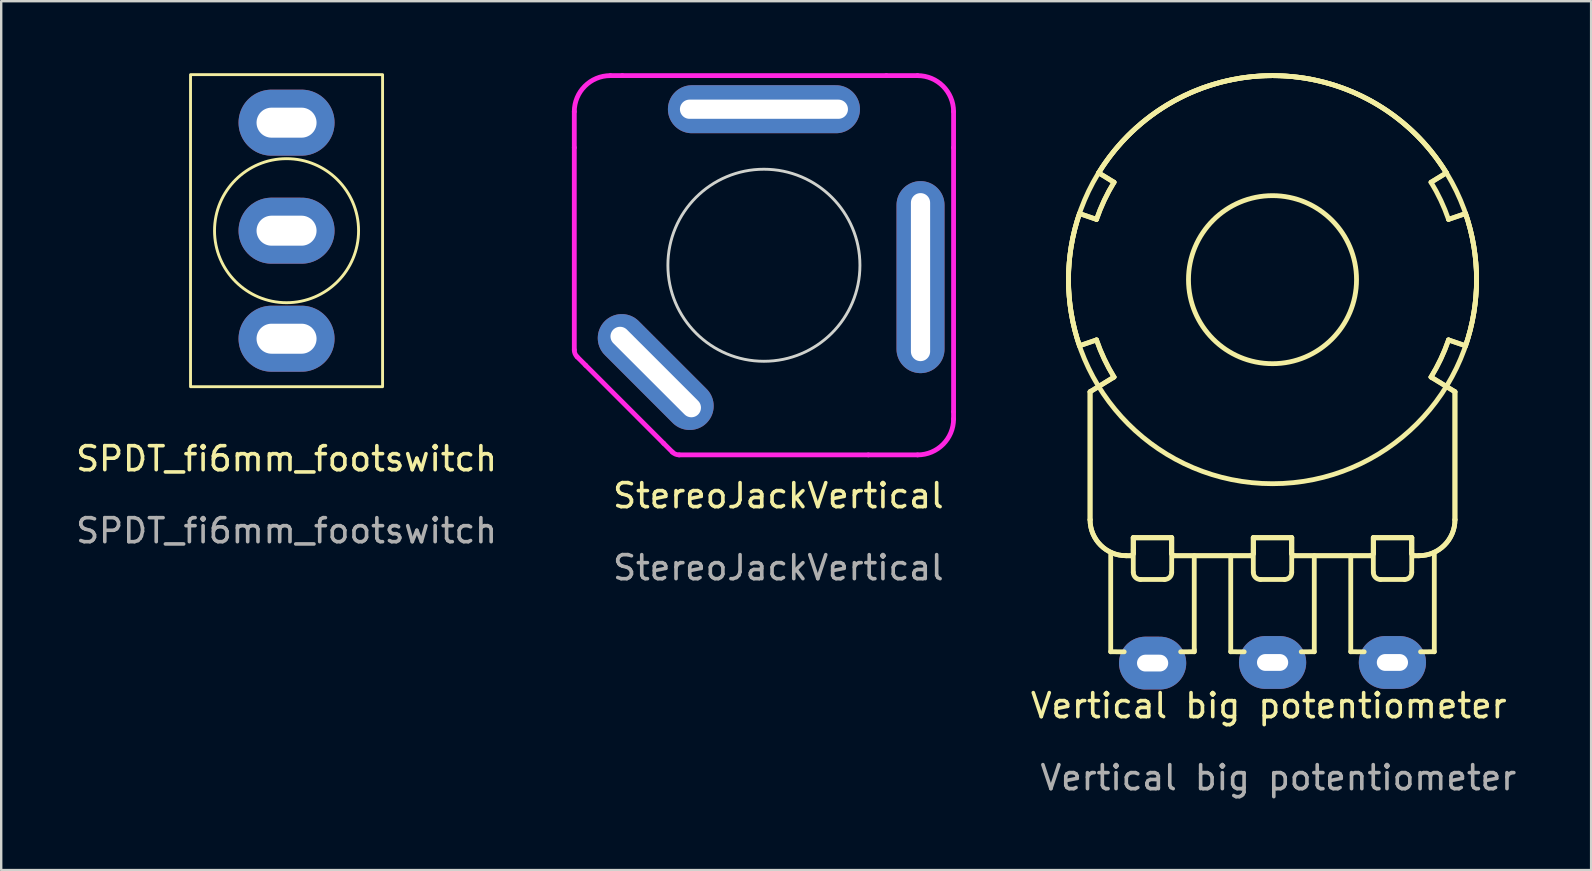
<source format=kicad_pcb>
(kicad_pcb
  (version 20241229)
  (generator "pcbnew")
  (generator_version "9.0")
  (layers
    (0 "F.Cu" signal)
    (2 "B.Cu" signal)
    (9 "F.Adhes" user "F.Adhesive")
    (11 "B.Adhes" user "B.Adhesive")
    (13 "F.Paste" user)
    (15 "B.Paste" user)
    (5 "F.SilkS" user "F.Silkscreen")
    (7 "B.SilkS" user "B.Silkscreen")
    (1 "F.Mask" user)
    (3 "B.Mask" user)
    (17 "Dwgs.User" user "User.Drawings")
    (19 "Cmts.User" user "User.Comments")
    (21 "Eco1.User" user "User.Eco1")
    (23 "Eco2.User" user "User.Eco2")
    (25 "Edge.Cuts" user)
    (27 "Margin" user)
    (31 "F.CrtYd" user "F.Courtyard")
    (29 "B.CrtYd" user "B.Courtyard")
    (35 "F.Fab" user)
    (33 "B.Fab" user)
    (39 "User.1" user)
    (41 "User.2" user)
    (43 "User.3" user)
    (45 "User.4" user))
  (footprint "Vertical big potentiometer"
    (layer "F.Cu")
    (at 50.204 26.848)
    (property "Reference" "Vertical big potentiometer" (at -0.4 -0.5 0) (unlocked yes) (layer "F.SilkS") (effects (font (size 1 1) (thickness 0.15))))
    (attr through_hole)
    (fp_line (start -8.285 -15.494) (end -7.576 -15.737) (stroke (width 0.2) (type solid)) (layer "F.SilkS"))
    (fp_line (start -8.285 -15.494) (end -7.576 -15.737) (stroke (width 0.2) (type solid)) (layer "F.SilkS"))
    (fp_line (start -7.844 -13.578) (end -7.844 -8.248) (stroke (width 0.2) (type solid)) (layer "F.SilkS"))
    (fp_line (start -7.844 -13.578) (end -7.844 -8.248) (stroke (width 0.2) (type solid)) (layer "F.SilkS"))
    (fp_line (start -7.576 -20.759) (end -8.285 -21.002) (stroke (width 0.2) (type solid)) (layer "F.SilkS"))
    (fp_line (start -7.576 -20.759) (end -8.285 -21.002) (stroke (width 0.2) (type solid)) (layer "F.SilkS"))
    (fp_line (start -7.486 -22.698) (end -6.847 -22.305) (stroke (width 0.2) (type solid)) (layer "F.SilkS"))
    (fp_line (start -7.486 -22.698) (end -6.847 -22.305) (stroke (width 0.2) (type solid)) (layer "F.SilkS"))
    (fp_line (start -6.984 -2.748) (end -6.984 -6.891) (stroke (width 0.2) (type solid)) (layer "F.SilkS"))
    (fp_line (start -6.984 -2.748) (end -6.422 -2.745) (stroke (width 0.2) (type solid)) (layer "F.SilkS"))
    (fp_line (start -6.847 -14.19) (end -7.844 -13.578) (stroke (width 0.2) (type solid)) (layer "F.SilkS"))
    (fp_line (start -6.847 -14.19) (end -7.844 -13.578) (stroke (width 0.2) (type solid)) (layer "F.SilkS"))
    (fp_line (start -6.344 -6.748) (end -6.144 -6.748) (stroke (width 0.2) (type solid)) (layer "F.SilkS"))
    (fp_line (start -6.344 -6.748) (end -6.144 -6.748) (stroke (width 0.2) (type solid)) (layer "F.SilkS"))
    (fp_line (start -6.044 -7.498) (end -4.444 -7.498) (stroke (width 0.2) (type solid)) (layer "F.SilkS"))
    (fp_line (start -6.044 -7.498) (end -4.444 -7.498) (stroke (width 0.2) (type solid)) (layer "F.SilkS"))
    (fp_line (start -6.044 -7.498) (end -4.444 -7.498) (stroke (width 0.2) (type solid)) (layer "F.SilkS"))
    (fp_line (start -6.044 -6.998) (end -6.044 -7.498) (stroke (width 0.2) (type solid)) (layer "F.SilkS"))
    (fp_line (start -6.044 -6.848) (end -6.044 -7.498) (stroke (width 0.2) (type solid)) (layer "F.SilkS"))
    (fp_line (start -6.044 -6.848) (end -6.044 -7.498) (stroke (width 0.2) (type solid)) (layer "F.SilkS"))
    (fp_line (start -6.044 -6.058) (end -6.044 -6.998) (stroke (width 0.2) (type solid)) (layer "F.SilkS"))
    (fp_line (start -4.744 -5.758) (end -5.744 -5.758) (stroke (width 0.2) (type solid)) (layer "F.SilkS"))
    (fp_line (start -4.444 -7.498) (end -4.444 -6.998) (stroke (width 0.2) (type solid)) (layer "F.SilkS"))
    (fp_line (start -4.444 -7.498) (end -4.444 -6.848) (stroke (width 0.2) (type solid)) (layer "F.SilkS"))
    (fp_line (start -4.444 -7.498) (end -4.444 -6.848) (stroke (width 0.2) (type solid)) (layer "F.SilkS"))
    (fp_line (start -4.444 -6.998) (end -4.444 -6.058) (stroke (width 0.2) (type solid)) (layer "F.SilkS"))
    (fp_line (start -4.344 -6.748) (end -1.144 -6.748) (stroke (width 0.2) (type solid)) (layer "F.SilkS"))
    (fp_line (start -4.344 -6.748) (end -1.144 -6.748) (stroke (width 0.2) (type solid)) (layer "F.SilkS"))
    (fp_line (start -3.504 -2.828) (end -3.504 -6.748) (stroke (width 0.2) (type solid)) (layer "F.SilkS"))
    (fp_line (start -3.504 -2.748) (end -4.069 -2.745) (stroke (width 0.2) (type solid)) (layer "F.SilkS"))
    (fp_line (start -3.504 -2.748) (end -3.504 -2.828) (stroke (width 0.2) (type solid)) (layer "F.SilkS"))
    (fp_line (start -1.984 -2.748) (end -1.984 -6.748) (stroke (width 0.2) (type solid)) (layer "F.SilkS"))
    (fp_line (start -1.984 -2.748) (end -1.423 -2.745) (stroke (width 0.2) (type solid)) (layer "F.SilkS"))
    (fp_line (start -1.044 -7.498) (end 0.556 -7.498) (stroke (width 0.2) (type solid)) (layer "F.SilkS"))
    (fp_line (start -1.044 -7.498) (end 0.556 -7.498) (stroke (width 0.2) (type solid)) (layer "F.SilkS"))
    (fp_line (start -1.044 -7.498) (end 0.556 -7.498) (stroke (width 0.2) (type solid)) (layer "F.SilkS"))
    (fp_line (start -1.044 -6.998) (end -1.044 -7.498) (stroke (width 0.2) (type solid)) (layer "F.SilkS"))
    (fp_line (start -1.044 -6.848) (end -1.044 -7.498) (stroke (width 0.2) (type solid)) (layer "F.SilkS"))
    (fp_line (start -1.044 -6.848) (end -1.044 -7.498) (stroke (width 0.2) (type solid)) (layer "F.SilkS"))
    (fp_line (start -1.044 -6.058) (end -1.044 -6.998) (stroke (width 0.2) (type solid)) (layer "F.SilkS"))
    (fp_line (start 0.256 -5.758) (end -0.744 -5.758) (stroke (width 0.2) (type solid)) (layer "F.SilkS"))
    (fp_line (start 0.556 -7.498) (end 0.556 -6.998) (stroke (width 0.2) (type solid)) (layer "F.SilkS"))
    (fp_line (start 0.556 -7.498) (end 0.556 -6.848) (stroke (width 0.2) (type solid)) (layer "F.SilkS"))
    (fp_line (start 0.556 -7.498) (end 0.556 -6.848) (stroke (width 0.2) (type solid)) (layer "F.SilkS"))
    (fp_line (start 0.556 -6.998) (end 0.556 -6.058) (stroke (width 0.2) (type solid)) (layer "F.SilkS"))
    (fp_line (start 0.656 -6.748) (end 3.856 -6.748) (stroke (width 0.2) (type solid)) (layer "F.SilkS"))
    (fp_line (start 0.656 -6.748) (end 3.856 -6.748) (stroke (width 0.2) (type solid)) (layer "F.SilkS"))
    (fp_line (start 1.496 -2.748) (end 0.953 -2.745) (stroke (width 0.2) (type solid)) (layer "F.SilkS"))
    (fp_line (start 1.496 -2.748) (end 1.496 -6.748) (stroke (width 0.2) (type solid)) (layer "F.SilkS"))
    (fp_line (start 3.016 -2.748) (end 3.016 -6.748) (stroke (width 0.2) (type solid)) (layer "F.SilkS"))
    (fp_line (start 3.016 -2.748) (end 3.576 -2.745) (stroke (width 0.2) (type solid)) (layer "F.SilkS"))
    (fp_line (start 3.956 -7.498) (end 5.556 -7.498) (stroke (width 0.2) (type solid)) (layer "F.SilkS"))
    (fp_line (start 3.956 -7.498) (end 5.556 -7.498) (stroke (width 0.2) (type solid)) (layer "F.SilkS"))
    (fp_line (start 3.956 -7.498) (end 5.556 -7.498) (stroke (width 0.2) (type solid)) (layer "F.SilkS"))
    (fp_line (start 3.956 -6.998) (end 3.956 -7.498) (stroke (width 0.2) (type solid)) (layer "F.SilkS"))
    (fp_line (start 3.956 -6.848) (end 3.956 -7.498) (stroke (width 0.2) (type solid)) (layer "F.SilkS"))
    (fp_line (start 3.956 -6.848) (end 3.956 -7.498) (stroke (width 0.2) (type solid)) (layer "F.SilkS"))
    (fp_line (start 3.956 -6.058) (end 3.956 -6.998) (stroke (width 0.2) (type solid)) (layer "F.SilkS"))
    (fp_line (start 5.256 -5.758) (end 4.256 -5.758) (stroke (width 0.2) (type solid)) (layer "F.SilkS"))
    (fp_line (start 5.556 -7.498) (end 5.556 -6.998) (stroke (width 0.2) (type solid)) (layer "F.SilkS"))
    (fp_line (start 5.556 -7.498) (end 5.556 -6.848) (stroke (width 0.2) (type solid)) (layer "F.SilkS"))
    (fp_line (start 5.556 -7.498) (end 5.556 -6.848) (stroke (width 0.2) (type solid)) (layer "F.SilkS"))
    (fp_line (start 5.556 -6.998) (end 5.556 -6.058) (stroke (width 0.2) (type solid)) (layer "F.SilkS"))
    (fp_line (start 5.656 -6.748) (end 5.856 -6.748) (stroke (width 0.2) (type solid)) (layer "F.SilkS"))
    (fp_line (start 5.656 -6.748) (end 5.856 -6.748) (stroke (width 0.2) (type solid)) (layer "F.SilkS"))
    (fp_line (start 6.36 -22.305) (end 6.999 -22.698) (stroke (width 0.2) (type solid)) (layer "F.SilkS"))
    (fp_line (start 6.36 -22.305) (end 6.999 -22.698) (stroke (width 0.2) (type solid)) (layer "F.SilkS"))
    (fp_line (start 6.496 -2.748) (end 5.924 -2.745) (stroke (width 0.2) (type solid)) (layer "F.SilkS"))
    (fp_line (start 6.496 -2.748) (end 6.496 -6.891) (stroke (width 0.2) (type solid)) (layer "F.SilkS"))
    (fp_line (start 7.088 -15.737) (end 7.798 -15.494) (stroke (width 0.2) (type solid)) (layer "F.SilkS"))
    (fp_line (start 7.088 -15.737) (end 7.798 -15.494) (stroke (width 0.2) (type solid)) (layer "F.SilkS"))
    (fp_line (start 7.356 -13.578) (end 6.36 -14.19) (stroke (width 0.2) (type solid)) (layer "F.SilkS"))
    (fp_line (start 7.356 -13.578) (end 6.36 -14.19) (stroke (width 0.2) (type solid)) (layer "F.SilkS"))
    (fp_line (start 7.356 -8.248) (end 7.356 -13.578) (stroke (width 0.2) (type solid)) (layer "F.SilkS"))
    (fp_line (start 7.356 -8.248) (end 7.356 -13.578) (stroke (width 0.2) (type solid)) (layer "F.SilkS"))
    (fp_line (start 7.798 -21.002) (end 7.088 -20.759) (stroke (width 0.2) (type solid)) (layer "F.SilkS"))
    (fp_line (start 7.798 -21.002) (end 7.088 -20.759) (stroke (width 0.2) (type solid)) (layer "F.SilkS"))
    (fp_arc (start -8.285048 -15.494) (mid -8.743518 -18.247868) (end -8.285048 -21.001736) (stroke (width 0.2) (type solid)) (layer "F.SilkS"))
    (fp_arc (start -8.285048 -15.494) (mid -8.743518 -18.247868) (end -8.285048 -21.001736) (stroke (width 0.2) (type solid)) (layer "F.SilkS"))
    (fp_arc (start -7.575501 -20.758748) (mid -7.253804 -21.552166) (end -6.846553 -22.305259) (stroke (width 0.2) (type solid)) (layer "F.SilkS"))
    (fp_arc (start -7.575501 -20.758748) (mid -7.253804 -21.552166) (end -6.846553 -22.305259) (stroke (width 0.2) (type solid)) (layer "F.SilkS"))
    (fp_arc (start -7.485556 -22.69791) (mid -0.243518 -26.747868) (end 6.998521 -22.69791) (stroke (width 0.2) (type solid)) (layer "F.SilkS"))
    (fp_arc (start -7.485556 -22.69791) (mid -0.243518 -26.747868) (end 6.998521 -22.69791) (stroke (width 0.2) (type solid)) (layer "F.SilkS"))
    (fp_arc (start -6.846553 -14.190476) (mid -7.253804 -14.943569) (end -7.575501 -15.736988) (stroke (width 0.2) (type solid)) (layer "F.SilkS"))
    (fp_arc (start -6.846553 -14.190476) (mid -7.253804 -14.943569) (end -7.575501 -15.736988) (stroke (width 0.2) (type solid)) (layer "F.SilkS"))
    (fp_arc (start -6.343518 -6.747868) (mid -7.404178 -7.187208) (end -7.843518 -8.247868) (stroke (width 0.2) (type solid)) (layer "F.SilkS"))
    (fp_arc (start -6.343518 -6.747868) (mid -7.404178 -7.187208) (end -7.843518 -8.247868) (stroke (width 0.2) (type solid)) (layer "F.SilkS"))
    (fp_arc (start -6.043518 -6.847868) (mid -6.072807 -6.777157) (end -6.143518 -6.747868) (stroke (width 0.2) (type solid)) (layer "F.SilkS"))
    (fp_arc (start -6.043518 -6.847868) (mid -6.072807 -6.777157) (end -6.143518 -6.747868) (stroke (width 0.2) (type solid)) (layer "F.SilkS"))
    (fp_arc (start -5.743518 -5.757868) (mid -5.95565 -5.845736) (end -6.043518 -6.057868) (stroke (width 0.2) (type solid)) (layer "F.SilkS"))
    (fp_arc (start -4.443518 -6.057868) (mid -4.531386 -5.845736) (end -4.743518 -5.757868) (stroke (width 0.2) (type solid)) (layer "F.SilkS"))
    (fp_arc (start -4.343518 -6.747868) (mid -4.414228 -6.777158) (end -4.443518 -6.847868) (stroke (width 0.2) (type solid)) (layer "F.SilkS"))
    (fp_arc (start -4.343518 -6.747868) (mid -4.414228 -6.777158) (end -4.443518 -6.847868) (stroke (width 0.2) (type solid)) (layer "F.SilkS"))
    (fp_arc (start -1.043518 -6.847868) (mid -1.072807 -6.777157) (end -1.143518 -6.747868) (stroke (width 0.2) (type solid)) (layer "F.SilkS"))
    (fp_arc (start -1.043518 -6.847868) (mid -1.072807 -6.777157) (end -1.143518 -6.747868) (stroke (width 0.2) (type solid)) (layer "F.SilkS"))
    (fp_arc (start -0.743518 -5.757868) (mid -0.95565 -5.845736) (end -1.043518 -6.057868) (stroke (width 0.2) (type solid)) (layer "F.SilkS"))
    (fp_arc (start 0.556482 -6.057868) (mid 0.468614 -5.845736) (end 0.256482 -5.757868) (stroke (width 0.2) (type solid)) (layer "F.SilkS"))
    (fp_arc (start 0.656482 -6.747868) (mid 0.585772 -6.777158) (end 0.556482 -6.847868) (stroke (width 0.2) (type solid)) (layer "F.SilkS"))
    (fp_arc (start 0.656482 -6.747868) (mid 0.585772 -6.777158) (end 0.556482 -6.847868) (stroke (width 0.2) (type solid)) (layer "F.SilkS"))
    (fp_arc (start 3.956482 -6.847868) (mid 3.927193 -6.777157) (end 3.856482 -6.747868) (stroke (width 0.2) (type solid)) (layer "F.SilkS"))
    (fp_arc (start 3.956482 -6.847868) (mid 3.927193 -6.777157) (end 3.856482 -6.747868) (stroke (width 0.2) (type solid)) (layer "F.SilkS"))
    (fp_arc (start 4.256482 -5.757868) (mid 4.04435 -5.845736) (end 3.956482 -6.057868) (stroke (width 0.2) (type solid)) (layer "F.SilkS"))
    (fp_arc (start 5.556482 -6.057868) (mid 5.468614 -5.845736) (end 5.256482 -5.757868) (stroke (width 0.2) (type solid)) (layer "F.SilkS"))
    (fp_arc (start 5.656482 -6.747868) (mid 5.585772 -6.777158) (end 5.556482 -6.847868) (stroke (width 0.2) (type solid)) (layer "F.SilkS"))
    (fp_arc (start 5.656482 -6.747868) (mid 5.585772 -6.777158) (end 5.556482 -6.847868) (stroke (width 0.2) (type solid)) (layer "F.SilkS"))
    (fp_arc (start 6.359518 -22.305259) (mid 6.766769 -21.552166) (end 7.088466 -20.758748) (stroke (width 0.2) (type solid)) (layer "F.SilkS"))
    (fp_arc (start 7.088466 -15.736988) (mid 6.766769 -14.943569) (end 6.359518 -14.190476) (stroke (width 0.2) (type solid)) (layer "F.SilkS"))
    (fp_arc (start 7.088466 -15.736988) (mid 6.766769 -14.943569) (end 6.359518 -14.190476) (stroke (width 0.2) (type solid)) (layer "F.SilkS"))
    (fp_arc (start 7.356482 -8.247868) (mid 6.917142 -7.187208) (end 5.856482 -6.747868) (stroke (width 0.2) (type solid)) (layer "F.SilkS"))
    (fp_arc (start 7.356482 -8.247868) (mid 6.917142 -7.187208) (end 5.856482 -6.747868) (stroke (width 0.2) (type solid)) (layer "F.SilkS"))
    (fp_arc (start 7.798013 -21.001736) (mid 8.256482 -18.247868) (end 7.798013 -15.494) (stroke (width 0.2) (type solid)) (layer "F.SilkS"))
    (fp_arc (start 7.798013 -21.001736) (mid 8.256482 -18.247868) (end 7.798013 -15.494) (stroke (width 0.2) (type solid)) (layer "F.SilkS"))
    (fp_circle (center -0.244 -18.248) (end -8.744 -18.248) (stroke (width 0.2) (type solid)) (fill no) (layer "F.SilkS"))
    (fp_circle (center -0.244 -18.248) (end -3.744 -18.248) (stroke (width 0.2) (type solid)) (fill no) (layer "F.SilkS"))
    (fp_text user "${REFERENCE}" (at 0 2.5 0) (unlocked yes) (layer "F.Fab") (effects (font (size 1 1) (thickness 0.15))))
    (pad "1" thru_hole oval (at 4.751 -2.301) (size 2.8 2.2) (drill oval 1.3 0.7) (layers "*.Cu" "*.Mask"))
    (pad "2" thru_hole oval (at -0.241 -2.301) (size 2.8 2.2) (drill oval 1.3 0.7) (layers "*.Cu" "*.Mask"))
    (pad "3" thru_hole oval (at -5.239 -2.275) (size 2.8 2.2) (drill oval 1.3 0.7) (layers "*.Cu" "*.Mask")))
  (footprint "StereoJackVertical"
    (layer "F.Cu")
    (at 29.374 18.1)
    (property "Reference" "StereoJackVertical" (at 0 -0.5 0) (unlocked yes) (layer "F.SilkS") (effects (font (size 1 1) (thickness 0.15))))
    (attr through_hole)
    (fp_line (start -6.752 -7.059) (end -6.504 -7.307) (stroke (width 0.2) (type solid)) (layer "Dwgs.User"))
    (fp_line (start -6.504 -7.307) (end -3.393 -4.196) (stroke (width 0.2) (type solid)) (layer "Dwgs.User"))
    (fp_line (start -3.8 -16.8) (end 2.6 -16.8) (stroke (width 0.2) (type solid)) (layer "Dwgs.User"))
    (fp_line (start -3.8 -16.4) (end -3.8 -16.8) (stroke (width 0.2) (type solid)) (layer "Dwgs.User"))
    (fp_line (start -3.641 -3.948) (end -6.752 -7.059) (stroke (width 0.2) (type solid)) (layer "Dwgs.User"))
    (fp_line (start -3.641 -3.948) (end -3.393 -4.196) (stroke (width 0.2) (type solid)) (layer "Dwgs.User"))
    (fp_line (start 2.6 -16.4) (end -3.8 -16.4) (stroke (width 0.2) (type solid)) (layer "Dwgs.User"))
    (fp_line (start 2.6 -16.4) (end 2.6 -16.8) (stroke (width 0.2) (type solid)) (layer "Dwgs.User"))
    (fp_line (start 5.75 -12.8) (end 5.75 -6.4) (stroke (width 0.2) (type solid)) (layer "Dwgs.User"))
    (fp_line (start 5.75 -12.8) (end 6.1 -12.8) (stroke (width 0.2) (type solid)) (layer "Dwgs.User"))
    (fp_line (start 5.75 -6.4) (end 6.1 -6.4) (stroke (width 0.2) (type solid)) (layer "Dwgs.User"))
    (fp_line (start 6.1 -6.4) (end 6.1 -12.8) (stroke (width 0.2) (type solid)) (layer "Dwgs.User"))
    (fp_circle (center -0.601 -10.1) (end 3.399 -10.1) (stroke (width 0.12) (type solid)) (fill no) (layer "Edge.Cuts"))
    (fp_line (start -8.5 -15) (end -8.5 -16.5) (stroke (width 0.2) (type solid)) (layer "F.CrtYd"))
    (fp_line (start -8.5 -6.57) (end -8.5 -15) (stroke (width 0.2) (type solid)) (layer "F.CrtYd"))
    (fp_line (start -8.026 -5.931) (end -8.383 -6.287) (stroke (width 0.2) (type solid)) (layer "F.CrtYd"))
    (fp_line (start -7 -18) (end -6.5 -18) (stroke (width 0.2) (type solid)) (layer "F.CrtYd"))
    (fp_line (start -6.5 -18) (end 4.5 -18) (stroke (width 0.2) (type solid)) (layer "F.CrtYd"))
    (fp_line (start -4.774 -2.678) (end -8.026 -5.931) (stroke (width 0.2) (type solid)) (layer "F.CrtYd"))
    (fp_line (start -4.413 -2.317) (end -4.774 -2.678) (stroke (width 0.2) (type solid)) (layer "F.CrtYd"))
    (fp_line (start 3.75 -2.2) (end -4.13 -2.2) (stroke (width 0.2) (type solid)) (layer "F.CrtYd"))
    (fp_line (start 4.5 -18) (end 5.8 -18) (stroke (width 0.2) (type solid)) (layer "F.CrtYd"))
    (fp_line (start 5.8 -2.2) (end 3.75 -2.2) (stroke (width 0.2) (type solid)) (layer "F.CrtYd"))
    (fp_line (start 7.3 -16.5) (end 7.3 -15) (stroke (width 0.2) (type solid)) (layer "F.CrtYd"))
    (fp_line (start 7.3 -15) (end 7.3 -4) (stroke (width 0.2) (type solid)) (layer "F.CrtYd"))
    (fp_line (start 7.3 -4) (end 7.3 -3.7) (stroke (width 0.2) (type solid)) (layer "F.CrtYd"))
    (fp_arc (start -8.5 -16.5) (mid -8.06066 -17.56066) (end -7 -18) (stroke (width 0.2) (type solid)) (layer "F.CrtYd"))
    (fp_arc (start -8.382843 -6.287157) (mid -8.469552 -6.416926) (end -8.5 -6.57) (stroke (width 0.2) (type solid)) (layer "F.CrtYd"))
    (fp_arc (start -4.13 -2.2) (mid -4.283073 -2.230448) (end -4.412843 -2.317157) (stroke (width 0.2) (type solid)) (layer "F.CrtYd"))
    (fp_arc (start 5.8 -18) (mid 6.86066 -17.56066) (end 7.3 -16.5) (stroke (width 0.2) (type solid)) (layer "F.CrtYd"))
    (fp_arc (start 7.3 -3.7) (mid 6.86066 -2.63934) (end 5.8 -2.2) (stroke (width 0.2) (type solid)) (layer "F.CrtYd"))
    (fp_text user "${REFERENCE}" (at 0 2.5 0) (unlocked yes) (layer "F.Fab") (effects (font (size 1 1) (thickness 0.15))))
    (pad "R" thru_hole oval (at 5.923 -9.606 90) (size 8 2) (drill oval 7 0.8) (layers "*.Cu" "*.Mask") (remove_unused_layers yes) (keep_end_layers yes) (zone_layer_connections))
    (pad "S" thru_hole oval (at -5.108 -5.652 315) (size 6 2) (drill oval 5 0.8) (layers "*.Cu" "*.Mask") (remove_unused_layers yes) (keep_end_layers yes) (zone_layer_connections))
    (pad "T" thru_hole oval (at -0.6 -16.6) (size 8 2) (drill oval 7 0.8) (layers "*.Cu" "*.Mask") (remove_unused_layers yes) (keep_end_layers yes) (zone_layer_connections)))
  (footprint "SPDT_fi6mm_footswitch"
    (layer "F.Cu")
    (at 8.887 16.56)
    (property "Reference" "SPDT_fi6mm_footswitch" (at 0 -0.5 0) (unlocked yes) (layer "F.SilkS") (effects (font (size 1 1) (thickness 0.15))))
    (attr through_hole)
    (fp_rect (start -4 -16.5) (end 4 -3.5) (stroke (width 0.12) (type solid)) (fill no) (layer "F.SilkS"))
    (fp_circle (center 0 -10) (end 3 -10) (stroke (width 0.12) (type solid)) (fill no) (layer "F.SilkS"))
    (fp_text user "${REFERENCE}" (at 0 2.5 0) (unlocked yes) (layer "F.Fab") (effects (font (size 1 1) (thickness 0.15))))
    (pad "1" thru_hole oval (at 0 -5.5) (size 4 2.75) (drill oval 2.5 1.25) (layers "*.Cu" "*.Mask"))
    (pad "2" thru_hole oval (at 0 -10) (size 4 2.75) (drill oval 2.5 1.25) (layers "*.Cu" "*.Mask"))
    (pad "3" thru_hole oval (at 0 -14.5) (size 4 2.75) (drill oval 2.5 1.25) (layers "*.Cu" "*.Mask")))
  (gr_rect
    (start -3 -3)
    (end 63.233 33.196)
    (stroke (width 0.1) (type default))
    (fill no)
    (layer "Edge.Cuts")))
</source>
